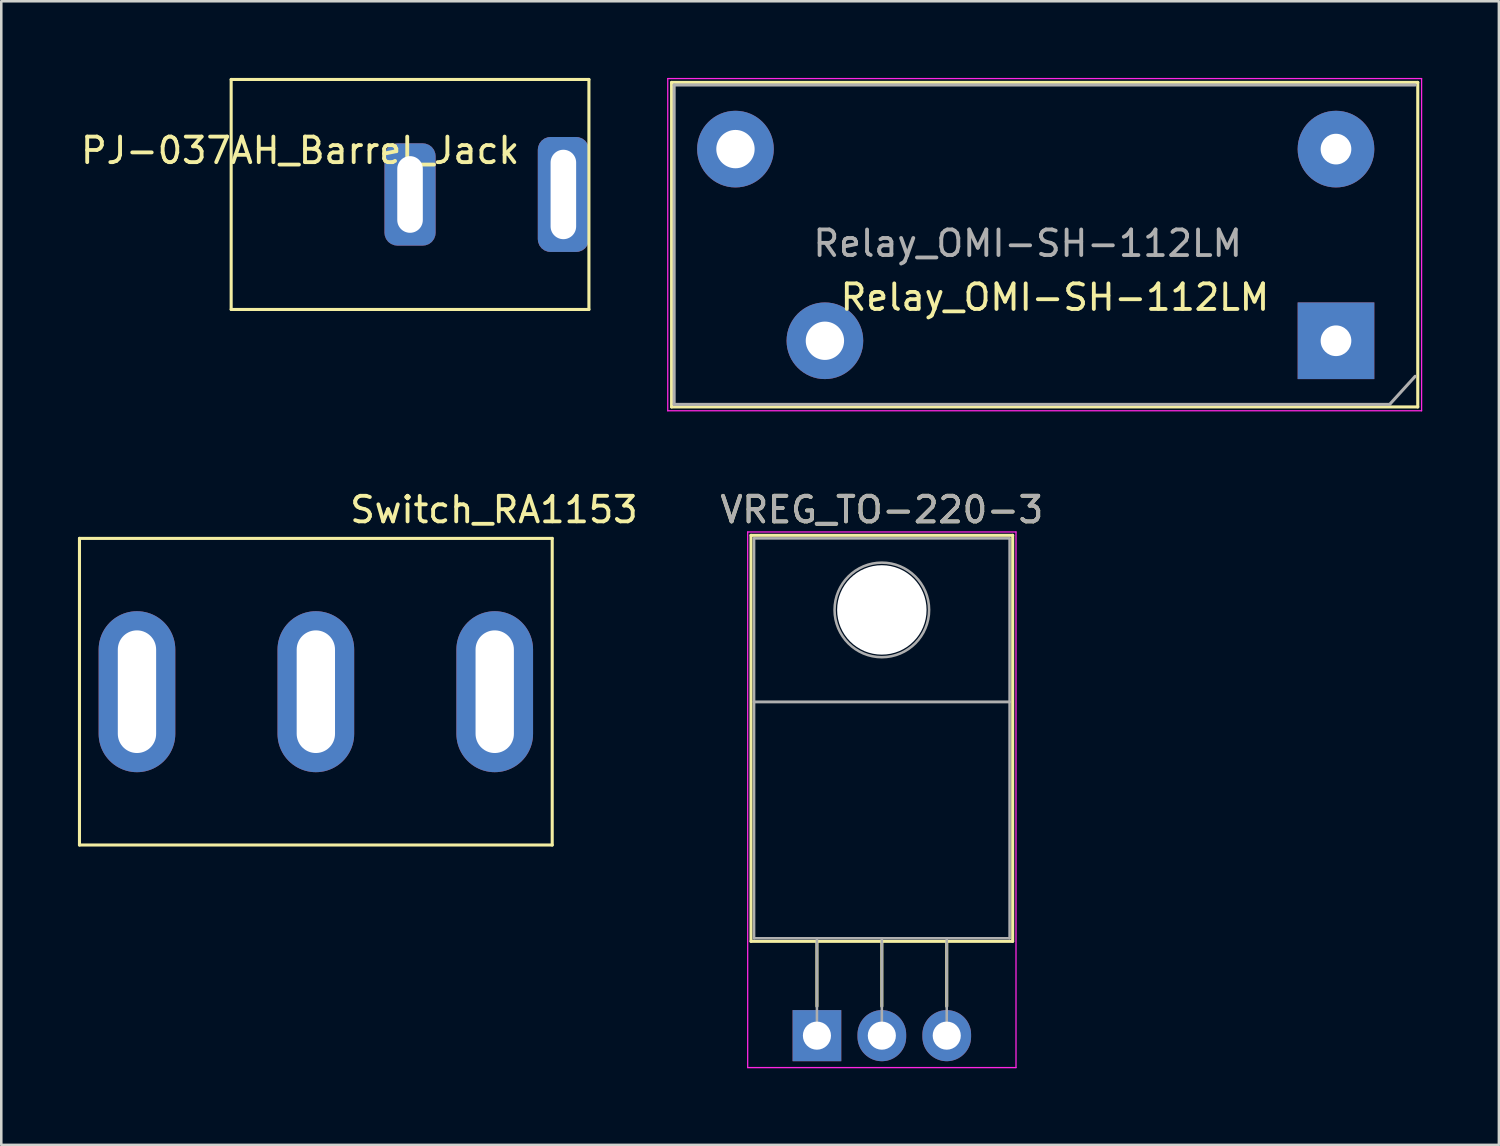
<source format=kicad_pcb>
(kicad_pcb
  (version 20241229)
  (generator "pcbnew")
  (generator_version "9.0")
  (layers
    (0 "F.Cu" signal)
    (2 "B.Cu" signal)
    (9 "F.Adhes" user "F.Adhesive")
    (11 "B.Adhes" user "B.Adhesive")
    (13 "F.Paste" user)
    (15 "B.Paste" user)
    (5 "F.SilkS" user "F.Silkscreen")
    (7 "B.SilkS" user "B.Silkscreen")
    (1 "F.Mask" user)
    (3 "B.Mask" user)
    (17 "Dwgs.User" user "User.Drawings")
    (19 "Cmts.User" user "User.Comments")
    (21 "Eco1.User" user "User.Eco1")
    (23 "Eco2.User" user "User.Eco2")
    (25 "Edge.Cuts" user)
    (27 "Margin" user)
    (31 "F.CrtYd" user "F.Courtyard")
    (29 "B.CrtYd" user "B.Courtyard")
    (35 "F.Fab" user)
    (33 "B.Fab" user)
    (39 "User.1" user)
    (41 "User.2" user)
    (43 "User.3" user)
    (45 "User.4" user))
  (footprint "Switch_RA1153"
    (layer "F.Cu")
    (at 2.31 24.018)
    (property "Reference" "Switch_RA1153" (at 13.97 -7.12 0) (layer "F.SilkS") (effects (font (size 1 1) (thickness 0.15))))
    (attr through_hole)
    (fp_line (start -2.25 -6) (end -2.25 6) (stroke (width 0.12) (type solid)) (layer "F.SilkS"))
    (fp_line (start -2.25 6) (end 16.25 6) (stroke (width 0.12) (type solid)) (layer "F.SilkS"))
    (fp_line (start 16.25 -6) (end -2.25 -6) (stroke (width 0.12) (type solid)) (layer "F.SilkS"))
    (fp_line (start 16.25 6) (end 16.25 -6) (stroke (width 0.12) (type solid)) (layer "F.SilkS"))
    (pad "1" thru_hole oval (at 0 0 180) (size 3 6.3) (drill oval 1.5 4.8) (layers "*.Cu" "*.Mask"))
    (pad "2" thru_hole oval (at 7 0 180) (size 3 6.3) (drill oval 1.5 4.8) (layers "*.Cu" "*.Mask"))
    (pad "3" thru_hole oval (at 14 0 180) (size 3 6.3) (drill oval 1.5 4.8) (layers "*.Cu" "*.Mask")))
  (footprint "PJ-037AH_Barrel_Jack"
    (layer "F.Cu")
    (at 12.996 4.56)
    (property "Reference" "PJ-037AH_Barrel_Jack" (at -4.3 -1.72 0) (layer "F.SilkS") (effects (font (size 1 1) (thickness 0.15))))
    (attr through_hole)
    (fp_line (start -7 -4.5) (end -7 4.5) (stroke (width 0.12) (type solid)) (layer "F.SilkS"))
    (fp_line (start -7 4.5) (end 7 4.5) (stroke (width 0.12) (type solid)) (layer "F.SilkS"))
    (fp_line (start 7 -4.5) (end -7 -4.5) (stroke (width 0.12) (type solid)) (layer "F.SilkS"))
    (fp_line (start 7 4.5) (end 7 -4.5) (stroke (width 0.12) (type solid)) (layer "F.SilkS"))
    (pad "1" thru_hole roundrect (at 6 0) (size 2 4.5) (drill oval 1 3.5) (layers "*.Cu" "*.Mask") (roundrect_rratio 0.25))
    (pad "2" thru_hole roundrect (at 0 0) (size 2 4) (drill oval 1 3) (layers "*.Cu" "*.Mask") (roundrect_rratio 0.25)))
  (footprint "VREG_TO-220-3"
    (layer "F.Cu")
    (at 28.919 37.478)
    (property "Reference" "VREG_TO-220-3" (at 2.54 -20.58 0) (layer "F.SilkS") (effects (font (size 1 1) (thickness 0.15))))
    (attr through_hole)
    (fp_line (start -2.58 -19.58) (end -2.58 -3.69) (stroke (width 0.12) (type solid)) (layer "F.SilkS"))
    (fp_line (start -2.58 -19.58) (end 7.66 -19.58) (stroke (width 0.12) (type solid)) (layer "F.SilkS"))
    (fp_line (start -2.58 -3.69) (end 7.66 -3.69) (stroke (width 0.12) (type solid)) (layer "F.SilkS"))
    (fp_line (start 0 -3.69) (end 0 -1.15) (stroke (width 0.12) (type solid)) (layer "F.SilkS"))
    (fp_line (start 2.54 -3.69) (end 2.54 -1.15) (stroke (width 0.12) (type solid)) (layer "F.SilkS"))
    (fp_line (start 5.08 -3.69) (end 5.08 -1.15) (stroke (width 0.12) (type solid)) (layer "F.SilkS"))
    (fp_line (start 7.66 -19.58) (end 7.66 -3.69) (stroke (width 0.12) (type solid)) (layer "F.SilkS"))
    (fp_line (start -2.71 -19.71) (end -2.71 1.25) (stroke (width 0.05) (type solid)) (layer "F.CrtYd"))
    (fp_line (start -2.71 1.25) (end 7.79 1.25) (stroke (width 0.05) (type solid)) (layer "F.CrtYd"))
    (fp_line (start 7.79 -19.71) (end -2.71 -19.71) (stroke (width 0.05) (type solid)) (layer "F.CrtYd"))
    (fp_line (start 7.79 1.25) (end 7.79 -19.71) (stroke (width 0.05) (type solid)) (layer "F.CrtYd"))
    (fp_line (start -2.46 -19.46) (end 7.54 -19.46) (stroke (width 0.1) (type solid)) (layer "F.Fab"))
    (fp_line (start -2.46 -13.06) (end -2.46 -19.46) (stroke (width 0.1) (type solid)) (layer "F.Fab"))
    (fp_line (start -2.46 -13.06) (end 7.54 -13.06) (stroke (width 0.1) (type solid)) (layer "F.Fab"))
    (fp_line (start -2.46 -3.81) (end -2.46 -13.06) (stroke (width 0.1) (type solid)) (layer "F.Fab"))
    (fp_line (start 0 -3.81) (end 0 0) (stroke (width 0.1) (type solid)) (layer "F.Fab"))
    (fp_line (start 2.54 -3.81) (end 2.54 0) (stroke (width 0.1) (type solid)) (layer "F.Fab"))
    (fp_line (start 5.08 -3.81) (end 5.08 0) (stroke (width 0.1) (type solid)) (layer "F.Fab"))
    (fp_line (start 7.54 -19.46) (end 7.54 -13.06) (stroke (width 0.1) (type solid)) (layer "F.Fab"))
    (fp_line (start 7.54 -13.06) (end -2.46 -13.06) (stroke (width 0.1) (type solid)) (layer "F.Fab"))
    (fp_line (start 7.54 -13.06) (end 7.54 -3.81) (stroke (width 0.1) (type solid)) (layer "F.Fab"))
    (fp_line (start 7.54 -3.81) (end -2.46 -3.81) (stroke (width 0.1) (type solid)) (layer "F.Fab"))
    (fp_circle (center 2.54 -16.66) (end 4.39 -16.66) (stroke (width 0.1) (type solid)) (fill no) (layer "F.Fab"))
    (fp_text user "${REFERENCE}" (at 2.54 -20.58 0) (layer "F.Fab") (effects (font (size 1 1) (thickness 0.15))))
    (pad "" np_thru_hole oval (at 2.54 -16.66) (size 3.5 3.5) (drill 3.5) (layers "*.Cu" "*.Mask"))
    (pad "GND" thru_hole rect (at 0 0) (size 1.905 2) (drill 1.1) (layers "*.Cu" "*.Mask"))
    (pad "IN" thru_hole oval (at 5.08 0) (size 1.905 2) (drill 1.1) (layers "*.Cu" "*.Mask"))
    (pad "OUT" thru_hole oval (at 2.54 0) (size 1.905 2) (drill 1.1) (layers "*.Cu" "*.Mask")))
  (footprint "Relay_OMI-SH-112LM"
    (layer "F.Cu")
    (at 46.031 6.265)
    (property "Reference" "Relay_OMI-SH-112LM" (at -7.8 2.32 0) (layer "F.SilkS") (effects (font (size 1 1) (thickness 0.15))))
    (attr through_hole)
    (fp_line (start -22.8 -6.09) (end 6.4 -6.09) (stroke (width 0.12) (type solid)) (layer "F.SilkS"))
    (fp_line (start -22.8 6.61) (end -22.8 -6.09) (stroke (width 0.12) (type solid)) (layer "F.SilkS"))
    (fp_line (start 6.4 -6.09) (end 6.4 6.61) (stroke (width 0.12) (type solid)) (layer "F.SilkS"))
    (fp_line (start 6.4 6.61) (end -22.8 6.61) (stroke (width 0.12) (type solid)) (layer "F.SilkS"))
    (fp_line (start -22.95 -6.24) (end -22.95 6.76) (stroke (width 0.05) (type solid)) (layer "F.CrtYd"))
    (fp_line (start -22.95 -6.24) (end 6.55 -6.24) (stroke (width 0.05) (type solid)) (layer "F.CrtYd"))
    (fp_line (start 6.55 6.76) (end -22.95 6.76) (stroke (width 0.05) (type solid)) (layer "F.CrtYd"))
    (fp_line (start 6.55 6.76) (end 6.55 -6.24) (stroke (width 0.05) (type solid)) (layer "F.CrtYd"))
    (fp_line (start -22.7 -5.99) (end -22.7 6.51) (stroke (width 0.12) (type solid)) (layer "F.Fab"))
    (fp_line (start -22.7 6.51) (end 5.3 6.51) (stroke (width 0.12) (type solid)) (layer "F.Fab"))
    (fp_line (start 5.3 6.51) (end 6.3 5.41) (stroke (width 0.12) (type solid)) (layer "F.Fab"))
    (fp_line (start 6.3 -5.99) (end -22.7 -5.99) (stroke (width 0.12) (type solid)) (layer "F.Fab"))
    (fp_text user "${REFERENCE}" (at -8.865 0.21 0) (layer "F.Fab") (effects (font (size 1 1) (thickness 0.15))))
    (pad "1" thru_hole circle (at 3.2 -3.48 180) (size 3 3) (drill 1.2) (layers "*.Cu" "*.Mask"))
    (pad "3" thru_hole circle (at -20.3 -3.48 180) (size 3 3) (drill 1.5) (layers "*.Cu" "*.Mask"))
    (pad "5" thru_hole circle (at -16.8 4.02 180) (size 3 3) (drill 1.5) (layers "*.Cu" "*.Mask"))
    (pad "6" thru_hole rect (at 3.2 4.02 180) (size 3 3) (drill 1.2) (layers "*.Cu" "*.Mask")))
  (gr_rect
    (start -3 -3)
    (end 55.606 41.753)
    (stroke (width 0.1) (type default))
    (fill no)
    (layer "Edge.Cuts")))
</source>
